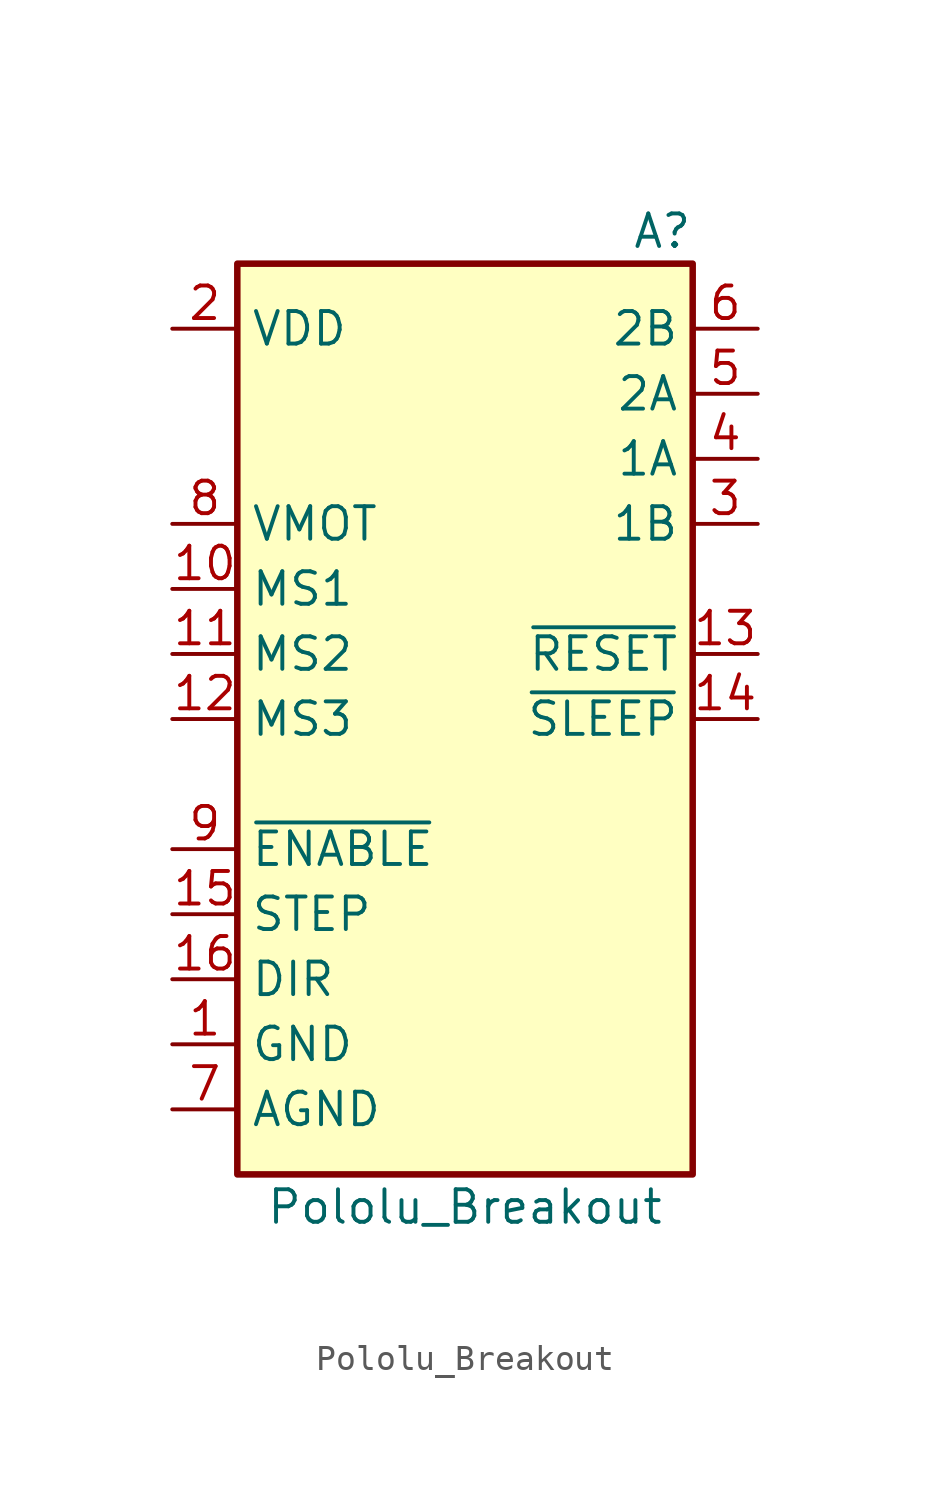
<source format=kicad_sym>
(kicad_symbol_lib
  (version 20231120)
  (generator "kicad_symbol_editor")
  (generator_version "8.99")
  (symbol "Pololu_Breakout"
    (property "Reference" "A"
      (at 8.89 16.51 0)
      (effects (font (size 1.27 1.27)) (justify right)))
    (property "Value" "Pololu_Breakout"
      (at 0 -21.59 0)
      (effects (font (size 1.27 1.27))))
    (symbol "Pololu_Breakout_0_1"
      (rectangle (start 8.89 -20.32) (end -8.89 15.24) (stroke (width 0.254) (type solid)) (fill (type background))))
    (symbol "Pololu_Breakout_1_1"
      (pin power_in line (at -11.43 -15.24 0) (length 2.54) (name "GND" (effects (font (size 1.27 1.27)))) (number "1" (effects (font (size 1.27 1.27)))))
      (pin input line (at -11.43 2.54 0) (length 2.54) (name "MS1" (effects (font (size 1.27 1.27)))) (number "10" (effects (font (size 1.27 1.27)))))
      (pin input line (at -11.43 0 0) (length 2.54) (name "MS2" (effects (font (size 1.27 1.27)))) (number "11" (effects (font (size 1.27 1.27)))))
      (pin input line (at -11.43 -2.54 0) (length 2.54) (name "MS3" (effects (font (size 1.27 1.27)))) (number "12" (effects (font (size 1.27 1.27)))))
      (pin bidirectional line (at 11.43 0 180) (length 2.54) (name "~{RESET}" (effects (font (size 1.27 1.27)))) (number "13" (effects (font (size 1.27 1.27)))))
      (pin bidirectional line (at 11.43 -2.54 180) (length 2.54) (name "~{SLEEP}" (effects (font (size 1.27 1.27)))) (number "14" (effects (font (size 1.27 1.27)))))
      (pin input line (at -11.43 -10.16 0) (length 2.54) (name "STEP" (effects (font (size 1.27 1.27)))) (number "15" (effects (font (size 1.27 1.27)))))
      (pin input line (at -11.43 -12.7 0) (length 2.54) (name "DIR" (effects (font (size 1.27 1.27)))) (number "16" (effects (font (size 1.27 1.27)))))
      (pin power_in line (at -11.43 12.7 0) (length 2.54) (name "VDD" (effects (font (size 1.27 1.27)))) (number "2" (effects (font (size 1.27 1.27)))))
      (pin output line (at 11.43 5.08 180) (length 2.54) (name "1B" (effects (font (size 1.27 1.27)))) (number "3" (effects (font (size 1.27 1.27)))))
      (pin output line (at 11.43 7.62 180) (length 2.54) (name "1A" (effects (font (size 1.27 1.27)))) (number "4" (effects (font (size 1.27 1.27)))))
      (pin output line (at 11.43 10.16 180) (length 2.54) (name "2A" (effects (font (size 1.27 1.27)))) (number "5" (effects (font (size 1.27 1.27)))))
      (pin output line (at 11.43 12.7 180) (length 2.54) (name "2B" (effects (font (size 1.27 1.27)))) (number "6" (effects (font (size 1.27 1.27)))))
      (pin input line (at -11.43 -17.78 0) (length 2.54) (name "AGND" (effects (font (size 1.27 1.27)))) (number "7" (effects (font (size 1.27 1.27)))))
      (pin power_in line (at -11.43 5.08 0) (length 2.54) (name "VMOT" (effects (font (size 1.27 1.27)))) (number "8" (effects (font (size 1.27 1.27)))))
      (pin input line (at -11.43 -7.62 0) (length 2.54) (name "~{ENABLE}" (effects (font (size 1.27 1.27)))) (number "9" (effects (font (size 1.27 1.27))))))))
</source>
